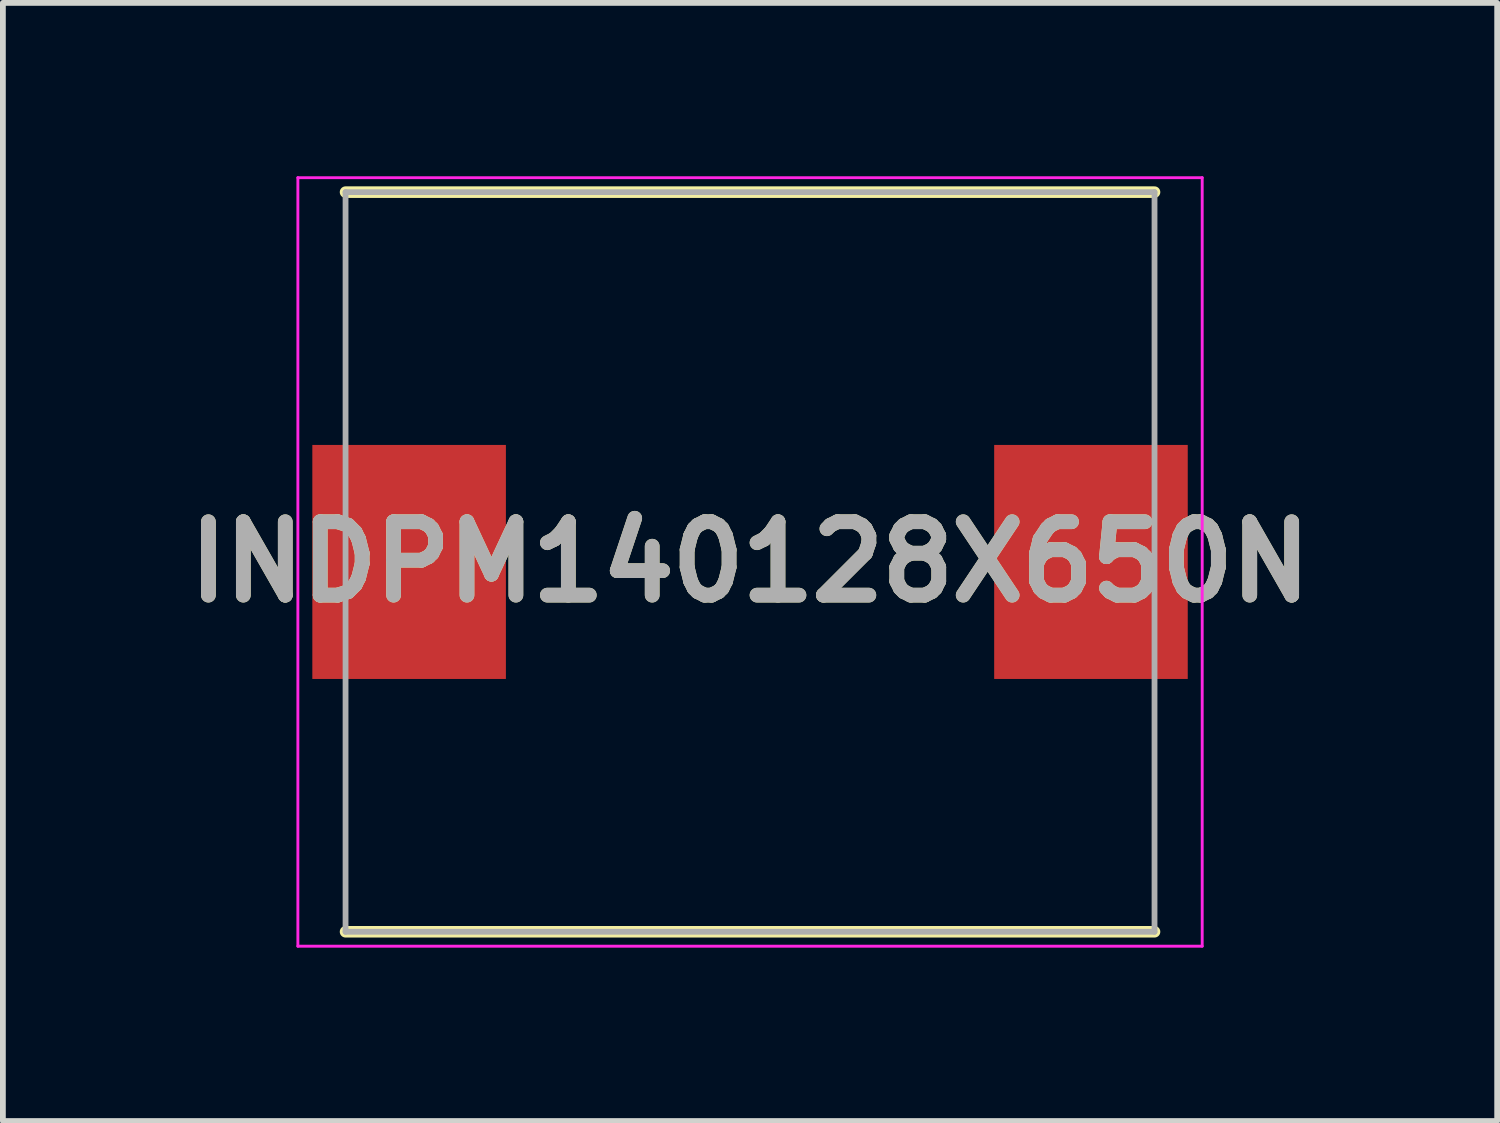
<source format=kicad_pcb>
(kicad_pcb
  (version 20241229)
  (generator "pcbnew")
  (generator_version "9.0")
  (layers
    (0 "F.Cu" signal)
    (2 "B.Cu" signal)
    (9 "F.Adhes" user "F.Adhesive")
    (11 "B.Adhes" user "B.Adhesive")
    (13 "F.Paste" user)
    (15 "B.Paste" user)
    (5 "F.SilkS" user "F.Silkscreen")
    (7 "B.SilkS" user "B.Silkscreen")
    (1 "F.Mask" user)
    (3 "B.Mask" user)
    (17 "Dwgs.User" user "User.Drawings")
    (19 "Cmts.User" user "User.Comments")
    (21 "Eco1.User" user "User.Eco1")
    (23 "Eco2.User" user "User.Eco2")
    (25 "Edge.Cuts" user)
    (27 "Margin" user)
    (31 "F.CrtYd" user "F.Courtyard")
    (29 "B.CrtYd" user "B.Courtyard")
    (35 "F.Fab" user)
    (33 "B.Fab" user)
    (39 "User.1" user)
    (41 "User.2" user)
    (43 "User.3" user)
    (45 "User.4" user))
  (footprint "INDPM140128X650N"
    (layer "F.Cu")
    (at 9.93 6.675)
    (property "Reference" "INDPM140128X650N" (at 0 0 0) (layer "F.SilkS") (effects (font (size 1.27 1.27) (thickness 0.254))))
    (attr smd)
    (fp_line (start -7 6.4) (end 7 6.4) (stroke (width 0.2) (type solid)) (layer "F.SilkS"))
    (fp_line (start 7 -6.4) (end -7 -6.4) (stroke (width 0.2) (type solid)) (layer "F.SilkS"))
    (fp_line (start -7.825 -6.65) (end 7.825 -6.65) (stroke (width 0.05) (type solid)) (layer "F.CrtYd"))
    (fp_line (start -7.825 6.65) (end -7.825 -6.65) (stroke (width 0.05) (type solid)) (layer "F.CrtYd"))
    (fp_line (start 7.825 -6.65) (end 7.825 6.65) (stroke (width 0.05) (type solid)) (layer "F.CrtYd"))
    (fp_line (start 7.825 6.65) (end -7.825 6.65) (stroke (width 0.05) (type solid)) (layer "F.CrtYd"))
    (fp_line (start -7 -6.4) (end 7 -6.4) (stroke (width 0.1) (type solid)) (layer "F.Fab"))
    (fp_line (start -7 6.4) (end -7 -6.4) (stroke (width 0.1) (type solid)) (layer "F.Fab"))
    (fp_line (start 7 -6.4) (end 7 6.4) (stroke (width 0.1) (type solid)) (layer "F.Fab"))
    (fp_line (start 7 6.4) (end -7 6.4) (stroke (width 0.1) (type solid)) (layer "F.Fab"))
    (fp_text user "${REFERENCE}" (at 0 0 0) (layer "F.Fab") (effects (font (size 1.27 1.27) (thickness 0.254))))
    (pad "1" smd rect (at -5.9 0) (size 3.35 4.05) (layers "F.Cu" "F.Mask" "F.Paste"))
    (pad "2" smd rect (at 5.9 0) (size 3.35 4.05) (layers "F.Cu" "F.Mask" "F.Paste")))
  (gr_rect
    (start -3 -3)
    (end 22.86 16.35)
    (stroke (width 0.1) (type default))
    (fill no)
    (layer "Edge.Cuts")))
</source>
